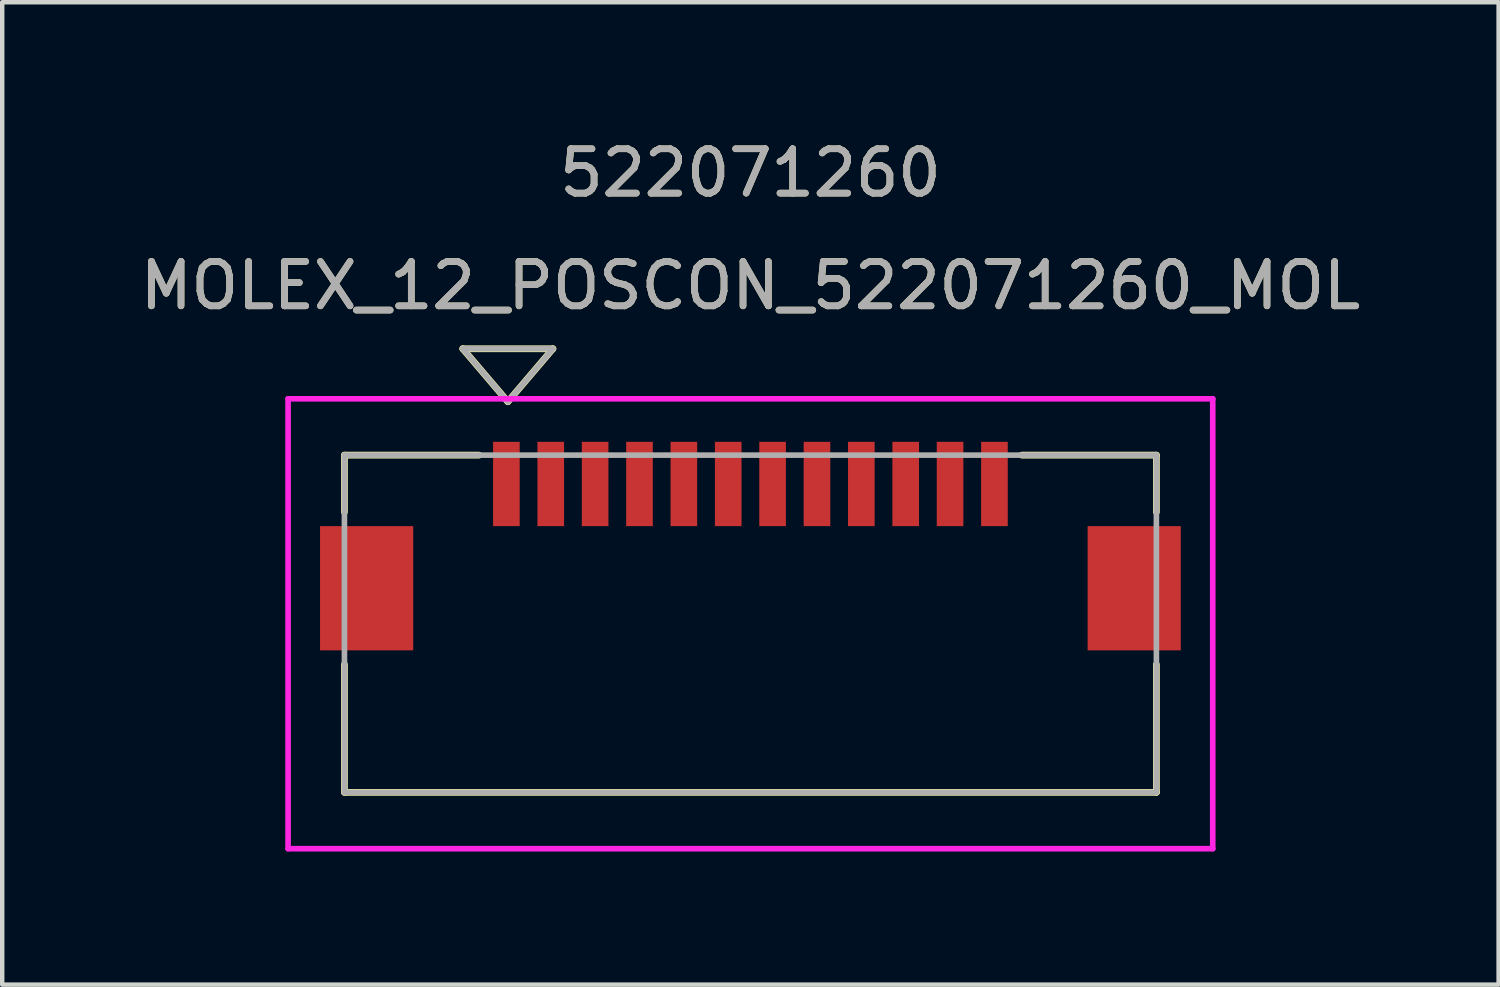
<source format=kicad_pcb>
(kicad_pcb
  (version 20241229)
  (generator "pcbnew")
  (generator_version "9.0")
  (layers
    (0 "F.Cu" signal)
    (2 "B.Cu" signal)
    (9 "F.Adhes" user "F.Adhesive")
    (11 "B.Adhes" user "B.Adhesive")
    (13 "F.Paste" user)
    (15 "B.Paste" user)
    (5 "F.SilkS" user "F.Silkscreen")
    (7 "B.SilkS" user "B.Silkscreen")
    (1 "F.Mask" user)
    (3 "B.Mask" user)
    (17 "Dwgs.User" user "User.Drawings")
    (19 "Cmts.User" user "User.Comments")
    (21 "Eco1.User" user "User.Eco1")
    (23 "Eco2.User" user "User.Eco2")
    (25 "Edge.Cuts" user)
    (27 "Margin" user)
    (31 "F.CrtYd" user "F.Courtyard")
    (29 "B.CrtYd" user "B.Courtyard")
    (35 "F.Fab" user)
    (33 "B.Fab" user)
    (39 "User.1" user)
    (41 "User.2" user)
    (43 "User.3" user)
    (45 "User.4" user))
  (footprint "MOLEX_12_POSCON_522071260_MOL"
    (layer "F.Cu")
    (at 13.863 11.008)
    (property "Reference" "MOLEX_12_POSCON_522071260_MOL" (at 0 -7.62 0) (unlocked yes) (layer "F.SilkS") (effects (font (size 1 1) (thickness 0.15))))
    (attr smd)
    (fp_line (start -9.15 -3.8) (end -9.15 -2.517) (stroke (width 0.152) (type solid)) (layer "F.SilkS"))
    (fp_line (start -9.15 0.918) (end -9.15 3.8) (stroke (width 0.152) (type solid)) (layer "F.SilkS"))
    (fp_line (start -9.15 3.8) (end 9.15 3.8) (stroke (width 0.152) (type solid)) (layer "F.SilkS"))
    (fp_line (start -6.483 -6.198) (end -5.467 -5.004) (stroke (width 0.152) (type solid)) (layer "F.SilkS"))
    (fp_line (start -6.483 -6.198) (end -4.451 -6.198) (stroke (width 0.152) (type solid)) (layer "F.SilkS"))
    (fp_line (start -6.117 -3.8) (end -9.15 -3.8) (stroke (width 0.152) (type solid)) (layer "F.SilkS"))
    (fp_line (start -4.451 -6.198) (end -5.467 -5.004) (stroke (width 0.152) (type solid)) (layer "F.SilkS"))
    (fp_line (start 9.15 -3.8) (end 6.118 -3.8) (stroke (width 0.152) (type solid)) (layer "F.SilkS"))
    (fp_line (start 9.15 -2.517) (end 9.15 -3.8) (stroke (width 0.152) (type solid)) (layer "F.SilkS"))
    (fp_line (start 9.15 3.8) (end 9.15 0.918) (stroke (width 0.152) (type solid)) (layer "F.SilkS"))
    (fp_line (start -10.42 -5.07) (end -10.42 5.07) (stroke (width 0.127) (type solid)) (layer "F.CrtYd"))
    (fp_line (start -10.42 5.07) (end 10.42 5.07) (stroke (width 0.127) (type solid)) (layer "F.CrtYd"))
    (fp_line (start 10.42 -5.07) (end -10.42 -5.07) (stroke (width 0.127) (type solid)) (layer "F.CrtYd"))
    (fp_line (start 10.42 5.07) (end 10.42 -5.07) (stroke (width 0.127) (type solid)) (layer "F.CrtYd"))
    (fp_line (start -9.15 -3.8) (end -9.15 3.8) (stroke (width 0.127) (type solid)) (layer "F.Fab"))
    (fp_line (start -9.15 3.8) (end 9.15 3.8) (stroke (width 0.127) (type solid)) (layer "F.Fab"))
    (fp_line (start -6.483 -6.198) (end -5.467 -5.004) (stroke (width 0.127) (type solid)) (layer "F.Fab"))
    (fp_line (start -6.483 -6.198) (end -4.451 -6.198) (stroke (width 0.127) (type solid)) (layer "F.Fab"))
    (fp_line (start -4.451 -6.198) (end -5.467 -5.004) (stroke (width 0.127) (type solid)) (layer "F.Fab"))
    (fp_line (start 9.15 -3.8) (end -9.15 -3.8) (stroke (width 0.127) (type solid)) (layer "F.Fab"))
    (fp_line (start 9.15 3.8) (end 9.15 -3.8) (stroke (width 0.127) (type solid)) (layer "F.Fab"))
    (fp_text user "522071260" (at 0 -10.16 0) (unlocked yes) (layer "F.SilkS") (effects (font (size 1 1) (thickness 0.15))))
    (fp_text user "${REFERENCE}" (at 0 -7.62 0) (unlocked yes) (layer "F.Fab") (effects (font (size 1 1) (thickness 0.15))))
    (fp_text user "522071260" (at 0 -10.16 0) (unlocked yes) (layer "F.Fab") (effects (font (size 1 1) (thickness 0.15))))
    (pad "1" smd rect (at -5.5 -3.15) (size 0.6 1.9) (layers "F.Cu" "F.Mask" "F.Paste"))
    (pad "2" smd rect (at -4.5 -3.15) (size 0.6 1.9) (layers "F.Cu" "F.Mask" "F.Paste"))
    (pad "3" smd rect (at -3.5 -3.15) (size 0.6 1.9) (layers "F.Cu" "F.Mask" "F.Paste"))
    (pad "4" smd rect (at -2.5 -3.15) (size 0.6 1.9) (layers "F.Cu" "F.Mask" "F.Paste"))
    (pad "5" smd rect (at -1.5 -3.15) (size 0.6 1.9) (layers "F.Cu" "F.Mask" "F.Paste"))
    (pad "6" smd rect (at -0.5 -3.15) (size 0.6 1.9) (layers "F.Cu" "F.Mask" "F.Paste"))
    (pad "7" smd rect (at 0.5 -3.15) (size 0.6 1.9) (layers "F.Cu" "F.Mask" "F.Paste"))
    (pad "8" smd rect (at 1.5 -3.15) (size 0.6 1.9) (layers "F.Cu" "F.Mask" "F.Paste"))
    (pad "9" smd rect (at 2.5 -3.15) (size 0.6 1.9) (layers "F.Cu" "F.Mask" "F.Paste"))
    (pad "10" smd rect (at 3.5 -3.15) (size 0.6 1.9) (layers "F.Cu" "F.Mask" "F.Paste"))
    (pad "11" smd rect (at 4.5 -3.15) (size 0.6 1.9) (layers "F.Cu" "F.Mask" "F.Paste"))
    (pad "12" smd rect (at 5.5 -3.15) (size 0.6 1.9) (layers "F.Cu" "F.Mask" "F.Paste"))
    (pad "P1" smd rect (at -8.65 -0.8) (size 2.1 2.8) (layers "F.Cu" "F.Mask" "F.Paste"))
    (pad "P2" smd rect (at 8.65 -0.8) (size 2.1 2.8) (layers "F.Cu" "F.Mask" "F.Paste")))
  (gr_rect
    (start -3 -3)
    (end 30.726 19.142)
    (stroke (width 0.1) (type default))
    (fill no)
    (layer "Edge.Cuts")))
</source>
